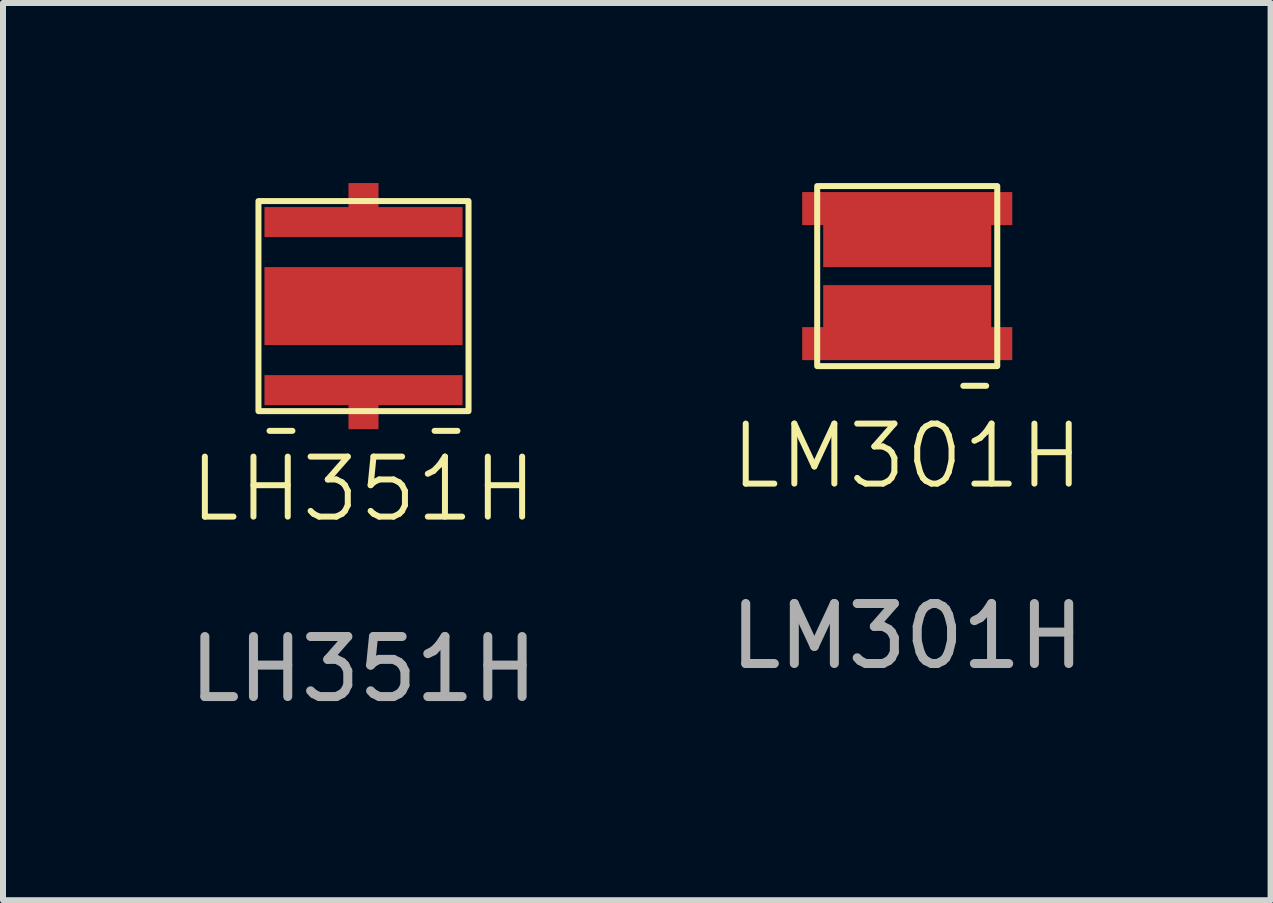
<source format=kicad_pcb>
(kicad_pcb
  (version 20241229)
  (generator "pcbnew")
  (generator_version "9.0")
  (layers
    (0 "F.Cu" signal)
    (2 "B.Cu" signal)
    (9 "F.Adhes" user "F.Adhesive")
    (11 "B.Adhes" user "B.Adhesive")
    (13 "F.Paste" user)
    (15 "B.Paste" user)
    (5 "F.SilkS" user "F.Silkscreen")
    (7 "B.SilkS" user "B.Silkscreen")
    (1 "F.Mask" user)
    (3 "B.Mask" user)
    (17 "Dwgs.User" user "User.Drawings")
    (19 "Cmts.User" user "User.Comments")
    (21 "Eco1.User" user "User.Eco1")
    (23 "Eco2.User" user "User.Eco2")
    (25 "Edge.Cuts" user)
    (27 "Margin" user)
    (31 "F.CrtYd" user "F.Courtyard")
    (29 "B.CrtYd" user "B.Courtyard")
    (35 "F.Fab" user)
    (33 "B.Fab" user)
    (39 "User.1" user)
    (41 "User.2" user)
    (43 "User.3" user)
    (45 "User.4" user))
  (footprint "LM301H"
    (layer "F.Cu")
    (at 12.065 3.05)
    (property "Reference" "LM301H" (at 0 1.5 0) (unlocked yes) (layer "F.SilkS") (effects (font (size 1 1) (thickness 0.1))))
    (attr smd)
    (fp_rect (start -1.5 -3) (end 1.5 0) (stroke (width 0.1) (type solid)) (fill no) (layer "F.SilkS"))
    (fp_text user "-" (at 1.5 0 0) (unlocked yes) (layer "F.SilkS") (effects (font (size 0.5 0.5) (thickness 0.1) (bold yes)) (justify right top)))
    (fp_text user "${REFERENCE}" (at 0 4.5 0) (unlocked yes) (layer "F.Fab") (effects (font (size 1 1) (thickness 0.15))))
    (pad "1" smd custom (at 0 -0.375 180) (size 3.5 0.55) (layers "F.Cu" "F.Mask" "F.Paste") (options (anchor rect)) (primitives (gr_poly (pts (xy -1.75 -0.275) (xy -1.75 0.275) (xy -1.4 0.275) (xy -1.4 0.975) (xy 1.4 0.975) (xy 1.4 0.275) (xy 1.75 0.275) (xy 1.75 -0.275)) (width 0) (fill yes))))
    (pad "2" smd custom (at 0 -2.625 180) (size 3.5 0.55) (layers "F.Cu" "F.Mask" "F.Paste") (options (anchor rect)) (primitives (gr_poly (pts (xy -1.75 0.275) (xy -1.75 -0.275) (xy -1.4 -0.275) (xy -1.4 -0.975) (xy 1.4 -0.975) (xy 1.4 -0.275) (xy 1.75 -0.275) (xy 1.75 0.275)) (width 0) (fill yes)))))
  (footprint "LH351H"
    (layer "F.Cu")
    (at 3.006 4.1)
    (property "Reference" "LH351H" (at 0 1 0) (unlocked yes) (layer "F.SilkS") (effects (font (size 1 1) (thickness 0.1))))
    (attr smd)
    (fp_rect (start -1.75 -3.8) (end 1.75 -0.3) (stroke (width 0.1) (type solid)) (fill no) (layer "F.SilkS"))
    (fp_text user "-" (at 1.75 -0.3 0) (unlocked yes) (layer "F.SilkS") (effects (font (size 0.5 0.5) (thickness 0.1) (bold yes)) (justify right top)))
    (fp_text user "-" (at -1.75 -0.3 0) (unlocked yes) (layer "F.SilkS") (effects (font (size 0.5 0.5) (thickness 0.1) (bold yes)) (justify left top)))
    (fp_text user "${REFERENCE}" (at 0 4 0) (unlocked yes) (layer "F.Fab") (effects (font (size 1 1) (thickness 0.15))))
    (pad "" smd rect (at 0 -2.05) (size 3.3 1.3) (layers "F.Cu" "F.Mask" "F.Paste"))
    (pad "1" smd custom (at 0 -0.65 180) (size 3.3 0.5) (layers "F.Cu" "F.Mask" "F.Paste") (options (anchor rect)) (primitives (gr_poly (pts (xy -1.65 0.25) (xy -1.65 -0.25) (xy -0.25 -0.25) (xy -0.25 -0.65) (xy 0.25 -0.65) (xy 0.25 -0.25) (xy 1.65 -0.25) (xy 1.65 0.25)) (width 0) (fill yes)) (gr_rect (start -0.25 -0.65) (end 0.25 -0.25) (width 0) (fill yes))))
    (pad "2" smd custom (at 0 -3.45 180) (size 3.3 0.5) (layers "F.Cu" "F.Mask" "F.Paste") (options (anchor rect)) (primitives (gr_poly (pts (xy -1.65 -0.25) (xy -1.65 0.25) (xy -0.25 0.25) (xy -0.25 0.65) (xy 0.25 0.65) (xy 0.25 0.25) (xy 1.65 0.25) (xy 1.65 -0.25)) (width 0) (fill yes)) (gr_rect (start -0.25 0.25) (end 0.25 0.65) (width 0) (fill yes)))))
  (gr_rect
    (start -3 -3)
    (end 18.119 11.948)
    (stroke (width 0.1) (type default))
    (fill no)
    (layer "Edge.Cuts")))
</source>
